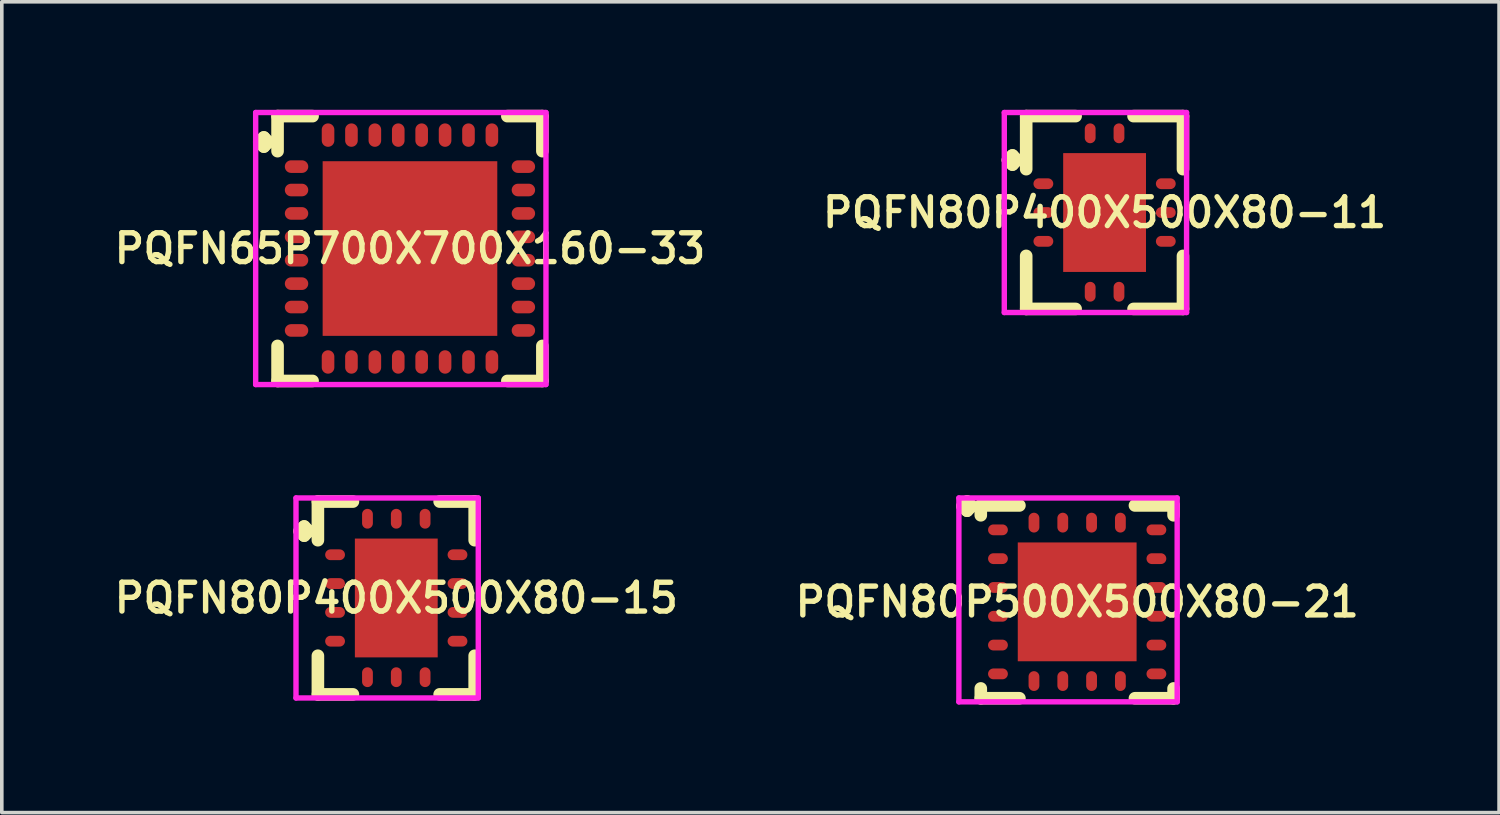
<source format=kicad_pcb>
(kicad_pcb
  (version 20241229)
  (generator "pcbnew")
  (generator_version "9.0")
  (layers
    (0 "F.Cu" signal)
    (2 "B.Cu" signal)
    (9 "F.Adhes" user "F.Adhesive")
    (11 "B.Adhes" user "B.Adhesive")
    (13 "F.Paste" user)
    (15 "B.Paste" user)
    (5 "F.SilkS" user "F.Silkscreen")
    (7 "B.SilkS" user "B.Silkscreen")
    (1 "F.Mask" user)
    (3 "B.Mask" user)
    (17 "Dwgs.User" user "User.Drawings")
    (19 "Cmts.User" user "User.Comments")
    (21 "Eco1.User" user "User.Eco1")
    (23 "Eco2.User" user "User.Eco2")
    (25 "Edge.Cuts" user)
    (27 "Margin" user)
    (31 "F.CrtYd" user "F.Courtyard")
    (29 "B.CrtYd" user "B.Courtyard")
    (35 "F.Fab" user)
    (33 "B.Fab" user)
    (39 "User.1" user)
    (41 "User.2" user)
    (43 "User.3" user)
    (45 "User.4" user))
  (footprint "PQFN65P700X700X160-33"
    (layer "F.Cu")
    (at 8.335 3.852)
    (property "Reference" "PQFN65P700X700X160-33" (at 0 0 0) (layer "F.SilkS") (effects (font (size 0.8 0.8) (thickness 0.15))))
    (attr smd)
    (fp_line (start -4.185 -2.958) (end -4.058 -3.085) (stroke (width 0.35) (type solid)) (layer "F.SilkS"))
    (fp_line (start -4.058 -3.085) (end -3.931 -2.958) (stroke (width 0.35) (type solid)) (layer "F.SilkS"))
    (fp_line (start -4.058 -2.831) (end -4.185 -2.958) (stroke (width 0.35) (type solid)) (layer "F.SilkS"))
    (fp_line (start -3.931 -2.958) (end -4.058 -2.831) (stroke (width 0.35) (type solid)) (layer "F.SilkS"))
    (fp_line (start -3.677 -3.677) (end -2.704 -3.677) (stroke (width 0.35) (type solid)) (layer "F.SilkS"))
    (fp_line (start -3.677 -2.704) (end -3.677 -3.677) (stroke (width 0.35) (type solid)) (layer "F.SilkS"))
    (fp_line (start -3.677 2.704) (end -3.677 3.677) (stroke (width 0.35) (type solid)) (layer "F.SilkS"))
    (fp_line (start -3.677 3.677) (end -2.704 3.677) (stroke (width 0.35) (type solid)) (layer "F.SilkS"))
    (fp_line (start 2.704 -3.677) (end 3.677 -3.677) (stroke (width 0.35) (type solid)) (layer "F.SilkS"))
    (fp_line (start 2.704 3.677) (end 3.677 3.677) (stroke (width 0.35) (type solid)) (layer "F.SilkS"))
    (fp_line (start 3.677 -3.677) (end 3.677 -2.704) (stroke (width 0.35) (type solid)) (layer "F.SilkS"))
    (fp_line (start 3.677 3.677) (end 3.677 2.704) (stroke (width 0.35) (type solid)) (layer "F.SilkS"))
    (fp_line (start -4.285 -3.777) (end 3.777 -3.777) (stroke (width 0.15) (type solid)) (layer "F.CrtYd"))
    (fp_line (start -4.285 3.777) (end -4.285 -3.777) (stroke (width 0.15) (type solid)) (layer "F.CrtYd"))
    (fp_line (start 3.777 -3.777) (end 3.777 3.777) (stroke (width 0.15) (type solid)) (layer "F.CrtYd"))
    (fp_line (start 3.777 3.777) (end -4.285 3.777) (stroke (width 0.15) (type solid)) (layer "F.CrtYd"))
    (pad "1" smd oval (at -3.15 -2.275) (size 0.65 0.35) (layers "F.Cu" "F.Mask" "F.Paste"))
    (pad "2" smd oval (at -3.15 -1.625) (size 0.65 0.35) (layers "F.Cu" "F.Mask" "F.Paste"))
    (pad "3" smd oval (at -3.15 -0.975) (size 0.65 0.35) (layers "F.Cu" "F.Mask" "F.Paste"))
    (pad "4" smd oval (at -3.15 -0.325) (size 0.65 0.35) (layers "F.Cu" "F.Mask" "F.Paste"))
    (pad "5" smd oval (at -3.15 0.325) (size 0.65 0.35) (layers "F.Cu" "F.Mask" "F.Paste"))
    (pad "6" smd oval (at -3.15 0.975) (size 0.65 0.35) (layers "F.Cu" "F.Mask" "F.Paste"))
    (pad "7" smd oval (at -3.15 1.625) (size 0.65 0.35) (layers "F.Cu" "F.Mask" "F.Paste"))
    (pad "8" smd oval (at -3.15 2.275) (size 0.65 0.35) (layers "F.Cu" "F.Mask" "F.Paste"))
    (pad "9" smd oval (at -2.275 3.15) (size 0.35 0.65) (layers "F.Cu" "F.Mask" "F.Paste"))
    (pad "10" smd oval (at -1.625 3.15) (size 0.35 0.65) (layers "F.Cu" "F.Mask" "F.Paste"))
    (pad "11" smd oval (at -0.975 3.15) (size 0.35 0.65) (layers "F.Cu" "F.Mask" "F.Paste"))
    (pad "12" smd oval (at -0.325 3.15) (size 0.35 0.65) (layers "F.Cu" "F.Mask" "F.Paste"))
    (pad "13" smd oval (at 0.325 3.15) (size 0.35 0.65) (layers "F.Cu" "F.Mask" "F.Paste"))
    (pad "14" smd oval (at 0.975 3.15) (size 0.35 0.65) (layers "F.Cu" "F.Mask" "F.Paste"))
    (pad "15" smd oval (at 1.625 3.15) (size 0.35 0.65) (layers "F.Cu" "F.Mask" "F.Paste"))
    (pad "16" smd oval (at 2.275 3.15) (size 0.35 0.65) (layers "F.Cu" "F.Mask" "F.Paste"))
    (pad "17" smd oval (at 3.15 2.275) (size 0.65 0.35) (layers "F.Cu" "F.Mask" "F.Paste"))
    (pad "18" smd oval (at 3.15 1.625) (size 0.65 0.35) (layers "F.Cu" "F.Mask" "F.Paste"))
    (pad "19" smd oval (at 3.15 0.975) (size 0.65 0.35) (layers "F.Cu" "F.Mask" "F.Paste"))
    (pad "20" smd oval (at 3.15 0.325) (size 0.65 0.35) (layers "F.Cu" "F.Mask" "F.Paste"))
    (pad "21" smd oval (at 3.15 -0.325) (size 0.65 0.35) (layers "F.Cu" "F.Mask" "F.Paste"))
    (pad "22" smd oval (at 3.15 -0.975) (size 0.65 0.35) (layers "F.Cu" "F.Mask" "F.Paste"))
    (pad "23" smd oval (at 3.15 -1.625) (size 0.65 0.35) (layers "F.Cu" "F.Mask" "F.Paste"))
    (pad "24" smd oval (at 3.15 -2.275) (size 0.65 0.35) (layers "F.Cu" "F.Mask" "F.Paste"))
    (pad "25" smd oval (at 2.275 -3.15) (size 0.35 0.65) (layers "F.Cu" "F.Mask" "F.Paste"))
    (pad "26" smd oval (at 1.625 -3.15) (size 0.35 0.65) (layers "F.Cu" "F.Mask" "F.Paste"))
    (pad "27" smd oval (at 0.975 -3.15) (size 0.35 0.65) (layers "F.Cu" "F.Mask" "F.Paste"))
    (pad "28" smd oval (at 0.325 -3.15) (size 0.35 0.65) (layers "F.Cu" "F.Mask" "F.Paste"))
    (pad "29" smd oval (at -0.325 -3.15) (size 0.35 0.65) (layers "F.Cu" "F.Mask" "F.Paste"))
    (pad "30" smd oval (at -0.975 -3.15) (size 0.35 0.65) (layers "F.Cu" "F.Mask" "F.Paste"))
    (pad "31" smd oval (at -1.625 -3.15) (size 0.35 0.65) (layers "F.Cu" "F.Mask" "F.Paste"))
    (pad "32" smd oval (at -2.275 -3.15) (size 0.35 0.65) (layers "F.Cu" "F.Mask" "F.Paste"))
    (pad "33" smd rect (at 0 0) (size 4.85 4.85) (layers "F.Cu" "F.Mask" "F.Paste")))
  (footprint "PQFN80P400X500X80-11"
    (layer "F.Cu")
    (at 27.625 2.852)
    (property "Reference" "PQFN80P400X500X80-11" (at 0 0 0) (layer "F.SilkS") (effects (font (size 0.8 0.8) (thickness 0.15))))
    (attr smd)
    (fp_line (start -2.685 -1.458) (end -2.558 -1.585) (stroke (width 0.35) (type solid)) (layer "F.SilkS"))
    (fp_line (start -2.558 -1.585) (end -2.431 -1.458) (stroke (width 0.35) (type solid)) (layer "F.SilkS"))
    (fp_line (start -2.558 -1.331) (end -2.685 -1.458) (stroke (width 0.35) (type solid)) (layer "F.SilkS"))
    (fp_line (start -2.431 -1.458) (end -2.558 -1.331) (stroke (width 0.35) (type solid)) (layer "F.SilkS"))
    (fp_line (start -2.177 -2.677) (end -0.804 -2.677) (stroke (width 0.35) (type solid)) (layer "F.SilkS"))
    (fp_line (start -2.177 -1.204) (end -2.177 -2.677) (stroke (width 0.35) (type solid)) (layer "F.SilkS"))
    (fp_line (start -2.177 1.204) (end -2.177 2.677) (stroke (width 0.35) (type solid)) (layer "F.SilkS"))
    (fp_line (start -2.177 2.677) (end -0.804 2.677) (stroke (width 0.35) (type solid)) (layer "F.SilkS"))
    (fp_line (start 0.804 -2.677) (end 2.177 -2.677) (stroke (width 0.35) (type solid)) (layer "F.SilkS"))
    (fp_line (start 0.804 2.677) (end 2.177 2.677) (stroke (width 0.35) (type solid)) (layer "F.SilkS"))
    (fp_line (start 2.177 -2.677) (end 2.177 -1.204) (stroke (width 0.35) (type solid)) (layer "F.SilkS"))
    (fp_line (start 2.177 2.677) (end 2.177 1.204) (stroke (width 0.35) (type solid)) (layer "F.SilkS"))
    (fp_line (start -2.785 -2.777) (end 2.277 -2.777) (stroke (width 0.15) (type solid)) (layer "F.CrtYd"))
    (fp_line (start -2.785 2.777) (end -2.785 -2.777) (stroke (width 0.15) (type solid)) (layer "F.CrtYd"))
    (fp_line (start 2.277 -2.777) (end 2.277 2.777) (stroke (width 0.15) (type solid)) (layer "F.CrtYd"))
    (fp_line (start 2.277 2.777) (end -2.785 2.777) (stroke (width 0.15) (type solid)) (layer "F.CrtYd"))
    (pad "1" smd oval (at -1.7 -0.8) (size 0.55 0.3) (layers "F.Cu" "F.Mask" "F.Paste"))
    (pad "2" smd oval (at -1.7 0) (size 0.55 0.3) (layers "F.Cu" "F.Mask" "F.Paste"))
    (pad "3" smd oval (at -1.7 0.8) (size 0.55 0.3) (layers "F.Cu" "F.Mask" "F.Paste"))
    (pad "4" smd oval (at -0.4 2.2) (size 0.3 0.55) (layers "F.Cu" "F.Mask" "F.Paste"))
    (pad "5" smd oval (at 0.4 2.2) (size 0.3 0.55) (layers "F.Cu" "F.Mask" "F.Paste"))
    (pad "6" smd oval (at 1.7 0.8) (size 0.55 0.3) (layers "F.Cu" "F.Mask" "F.Paste"))
    (pad "7" smd oval (at 1.7 0) (size 0.55 0.3) (layers "F.Cu" "F.Mask" "F.Paste"))
    (pad "8" smd oval (at 1.7 -0.8) (size 0.55 0.3) (layers "F.Cu" "F.Mask" "F.Paste"))
    (pad "9" smd oval (at 0.4 -2.2) (size 0.3 0.55) (layers "F.Cu" "F.Mask" "F.Paste"))
    (pad "10" smd oval (at -0.4 -2.2) (size 0.3 0.55) (layers "F.Cu" "F.Mask" "F.Paste"))
    (pad "11" smd rect (at 0 0) (size 2.3 3.3) (layers "F.Cu" "F.Mask" "F.Paste")))
  (footprint "PQFN80P500X500X80-21"
    (layer "F.Cu")
    (at 26.864 13.664)
    (property "Reference" "PQFN80P500X500X80-21" (at 0 0 0) (layer "F.SilkS") (effects (font (size 0.8 0.8) (thickness 0.15))))
    (attr smd)
    (fp_line (start -3.185 -2.658) (end -3.058 -2.785) (stroke (width 0.35) (type solid)) (layer "F.SilkS"))
    (fp_line (start -3.058 -2.785) (end -2.931 -2.658) (stroke (width 0.35) (type solid)) (layer "F.SilkS"))
    (fp_line (start -3.058 -2.531) (end -3.185 -2.658) (stroke (width 0.35) (type solid)) (layer "F.SilkS"))
    (fp_line (start -2.931 -2.658) (end -3.058 -2.531) (stroke (width 0.35) (type solid)) (layer "F.SilkS"))
    (fp_line (start -2.677 -2.677) (end -1.604 -2.677) (stroke (width 0.35) (type solid)) (layer "F.SilkS"))
    (fp_line (start -2.677 -2.404) (end -2.677 -2.677) (stroke (width 0.35) (type solid)) (layer "F.SilkS"))
    (fp_line (start -2.677 2.404) (end -2.677 2.677) (stroke (width 0.35) (type solid)) (layer "F.SilkS"))
    (fp_line (start -2.677 2.677) (end -1.604 2.677) (stroke (width 0.35) (type solid)) (layer "F.SilkS"))
    (fp_line (start 1.604 -2.677) (end 2.677 -2.677) (stroke (width 0.35) (type solid)) (layer "F.SilkS"))
    (fp_line (start 1.604 2.677) (end 2.677 2.677) (stroke (width 0.35) (type solid)) (layer "F.SilkS"))
    (fp_line (start 2.677 -2.677) (end 2.677 -2.404) (stroke (width 0.35) (type solid)) (layer "F.SilkS"))
    (fp_line (start 2.677 2.677) (end 2.677 2.404) (stroke (width 0.35) (type solid)) (layer "F.SilkS"))
    (fp_line (start -3.285 -2.885) (end 2.777 -2.885) (stroke (width 0.15) (type solid)) (layer "F.CrtYd"))
    (fp_line (start -3.285 2.777) (end -3.285 -2.885) (stroke (width 0.15) (type solid)) (layer "F.CrtYd"))
    (fp_line (start 2.777 -2.885) (end 2.777 2.777) (stroke (width 0.15) (type solid)) (layer "F.CrtYd"))
    (fp_line (start 2.777 2.777) (end -3.285 2.777) (stroke (width 0.15) (type solid)) (layer "F.CrtYd"))
    (pad "1" smd oval (at -2.2 -2) (size 0.55 0.3) (layers "F.Cu" "F.Mask" "F.Paste"))
    (pad "2" smd oval (at -2.2 -1.2) (size 0.55 0.3) (layers "F.Cu" "F.Mask" "F.Paste"))
    (pad "3" smd oval (at -2.2 -0.4) (size 0.55 0.3) (layers "F.Cu" "F.Mask" "F.Paste"))
    (pad "4" smd oval (at -2.2 0.4) (size 0.55 0.3) (layers "F.Cu" "F.Mask" "F.Paste"))
    (pad "5" smd oval (at -2.2 1.2) (size 0.55 0.3) (layers "F.Cu" "F.Mask" "F.Paste"))
    (pad "6" smd oval (at -2.2 2) (size 0.55 0.3) (layers "F.Cu" "F.Mask" "F.Paste"))
    (pad "7" smd oval (at -1.2 2.2) (size 0.3 0.55) (layers "F.Cu" "F.Mask" "F.Paste"))
    (pad "8" smd oval (at -0.4 2.2) (size 0.3 0.55) (layers "F.Cu" "F.Mask" "F.Paste"))
    (pad "9" smd oval (at 0.4 2.2) (size 0.3 0.55) (layers "F.Cu" "F.Mask" "F.Paste"))
    (pad "10" smd oval (at 1.2 2.2) (size 0.3 0.55) (layers "F.Cu" "F.Mask" "F.Paste"))
    (pad "11" smd oval (at 2.2 2) (size 0.55 0.3) (layers "F.Cu" "F.Mask" "F.Paste"))
    (pad "12" smd oval (at 2.2 1.2) (size 0.55 0.3) (layers "F.Cu" "F.Mask" "F.Paste"))
    (pad "13" smd oval (at 2.2 0.4) (size 0.55 0.3) (layers "F.Cu" "F.Mask" "F.Paste"))
    (pad "14" smd oval (at 2.2 -0.4) (size 0.55 0.3) (layers "F.Cu" "F.Mask" "F.Paste"))
    (pad "15" smd oval (at 2.2 -1.2) (size 0.55 0.3) (layers "F.Cu" "F.Mask" "F.Paste"))
    (pad "16" smd oval (at 2.2 -2) (size 0.55 0.3) (layers "F.Cu" "F.Mask" "F.Paste"))
    (pad "17" smd oval (at 1.2 -2.2) (size 0.3 0.55) (layers "F.Cu" "F.Mask" "F.Paste"))
    (pad "18" smd oval (at 0.4 -2.2) (size 0.3 0.55) (layers "F.Cu" "F.Mask" "F.Paste"))
    (pad "19" smd oval (at -0.4 -2.2) (size 0.3 0.55) (layers "F.Cu" "F.Mask" "F.Paste"))
    (pad "20" smd oval (at -1.2 -2.2) (size 0.3 0.55) (layers "F.Cu" "F.Mask" "F.Paste"))
    (pad "21" smd rect (at 0 0) (size 3.3 3.3) (layers "F.Cu" "F.Mask" "F.Paste")))
  (footprint "PQFN80P400X500X80-15"
    (layer "F.Cu")
    (at 7.955 13.556)
    (property "Reference" "PQFN80P400X500X80-15" (at 0 0 0) (layer "F.SilkS") (effects (font (size 0.8 0.8) (thickness 0.15))))
    (attr smd)
    (fp_line (start -2.685 -1.858) (end -2.558 -1.985) (stroke (width 0.35) (type solid)) (layer "F.SilkS"))
    (fp_line (start -2.558 -1.985) (end -2.431 -1.858) (stroke (width 0.35) (type solid)) (layer "F.SilkS"))
    (fp_line (start -2.558 -1.731) (end -2.685 -1.858) (stroke (width 0.35) (type solid)) (layer "F.SilkS"))
    (fp_line (start -2.431 -1.858) (end -2.558 -1.731) (stroke (width 0.35) (type solid)) (layer "F.SilkS"))
    (fp_line (start -2.177 -2.677) (end -1.204 -2.677) (stroke (width 0.35) (type solid)) (layer "F.SilkS"))
    (fp_line (start -2.177 -1.604) (end -2.177 -2.677) (stroke (width 0.35) (type solid)) (layer "F.SilkS"))
    (fp_line (start -2.177 1.604) (end -2.177 2.677) (stroke (width 0.35) (type solid)) (layer "F.SilkS"))
    (fp_line (start -2.177 2.677) (end -1.204 2.677) (stroke (width 0.35) (type solid)) (layer "F.SilkS"))
    (fp_line (start 1.204 -2.677) (end 2.177 -2.677) (stroke (width 0.35) (type solid)) (layer "F.SilkS"))
    (fp_line (start 1.204 2.677) (end 2.177 2.677) (stroke (width 0.35) (type solid)) (layer "F.SilkS"))
    (fp_line (start 2.177 -2.677) (end 2.177 -1.604) (stroke (width 0.35) (type solid)) (layer "F.SilkS"))
    (fp_line (start 2.177 2.677) (end 2.177 1.604) (stroke (width 0.35) (type solid)) (layer "F.SilkS"))
    (fp_line (start -2.785 -2.777) (end 2.277 -2.777) (stroke (width 0.15) (type solid)) (layer "F.CrtYd"))
    (fp_line (start -2.785 2.777) (end -2.785 -2.777) (stroke (width 0.15) (type solid)) (layer "F.CrtYd"))
    (fp_line (start 2.277 -2.777) (end 2.277 2.777) (stroke (width 0.15) (type solid)) (layer "F.CrtYd"))
    (fp_line (start 2.277 2.777) (end -2.785 2.777) (stroke (width 0.15) (type solid)) (layer "F.CrtYd"))
    (pad "1" smd oval (at -1.7 -1.2) (size 0.55 0.3) (layers "F.Cu" "F.Mask" "F.Paste"))
    (pad "2" smd oval (at -1.7 -0.4) (size 0.55 0.3) (layers "F.Cu" "F.Mask" "F.Paste"))
    (pad "3" smd oval (at -1.7 0.4) (size 0.55 0.3) (layers "F.Cu" "F.Mask" "F.Paste"))
    (pad "4" smd oval (at -1.7 1.2) (size 0.55 0.3) (layers "F.Cu" "F.Mask" "F.Paste"))
    (pad "5" smd oval (at -0.8 2.2) (size 0.3 0.55) (layers "F.Cu" "F.Mask" "F.Paste"))
    (pad "6" smd oval (at 0 2.2) (size 0.3 0.55) (layers "F.Cu" "F.Mask" "F.Paste"))
    (pad "7" smd oval (at 0.8 2.2) (size 0.3 0.55) (layers "F.Cu" "F.Mask" "F.Paste"))
    (pad "8" smd oval (at 1.7 1.2) (size 0.55 0.3) (layers "F.Cu" "F.Mask" "F.Paste"))
    (pad "9" smd oval (at 1.7 0.4) (size 0.55 0.3) (layers "F.Cu" "F.Mask" "F.Paste"))
    (pad "10" smd oval (at 1.7 -0.4) (size 0.55 0.3) (layers "F.Cu" "F.Mask" "F.Paste"))
    (pad "11" smd oval (at 1.7 -1.2) (size 0.55 0.3) (layers "F.Cu" "F.Mask" "F.Paste"))
    (pad "12" smd oval (at 0.8 -2.2) (size 0.3 0.55) (layers "F.Cu" "F.Mask" "F.Paste"))
    (pad "13" smd oval (at 0 -2.2) (size 0.3 0.55) (layers "F.Cu" "F.Mask" "F.Paste"))
    (pad "14" smd oval (at -0.8 -2.2) (size 0.3 0.55) (layers "F.Cu" "F.Mask" "F.Paste"))
    (pad "15" smd rect (at 0 0) (size 2.3 3.3) (layers "F.Cu" "F.Mask" "F.Paste")))
  (gr_rect
    (start -3 -3)
    (end 38.58 19.516)
    (stroke (width 0.1) (type default))
    (fill no)
    (layer "Edge.Cuts")))
</source>
